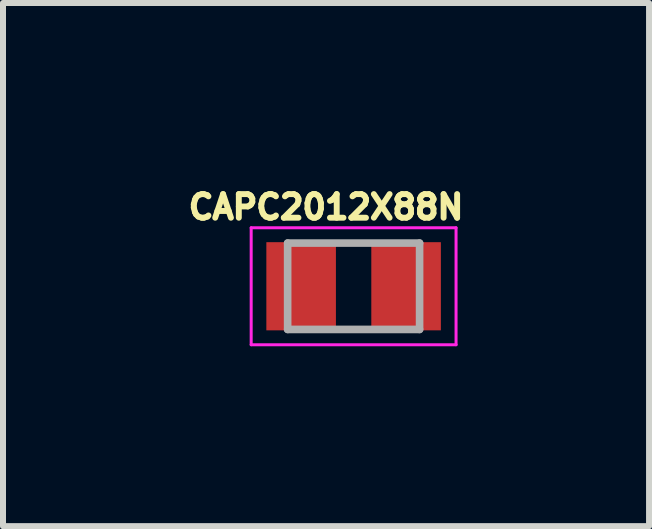
<source format=kicad_pcb>
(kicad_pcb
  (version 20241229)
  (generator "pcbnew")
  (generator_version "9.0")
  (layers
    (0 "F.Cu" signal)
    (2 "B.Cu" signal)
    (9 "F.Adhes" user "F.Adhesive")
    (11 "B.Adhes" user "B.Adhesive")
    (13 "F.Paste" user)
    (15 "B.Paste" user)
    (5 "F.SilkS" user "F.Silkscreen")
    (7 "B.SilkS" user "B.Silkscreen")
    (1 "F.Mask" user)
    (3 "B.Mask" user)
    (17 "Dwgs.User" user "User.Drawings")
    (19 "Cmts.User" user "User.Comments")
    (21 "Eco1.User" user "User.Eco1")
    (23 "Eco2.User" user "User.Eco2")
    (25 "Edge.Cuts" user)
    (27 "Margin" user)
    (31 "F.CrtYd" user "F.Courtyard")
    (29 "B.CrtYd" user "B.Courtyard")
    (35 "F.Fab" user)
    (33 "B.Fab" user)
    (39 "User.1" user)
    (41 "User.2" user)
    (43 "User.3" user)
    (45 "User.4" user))
  (footprint "CAPC2012X88N"
    (layer "F.Cu")
    (at 2.846 1.723)
    (property "Reference" "CAPC2012X88N" (at -0.46 -1.32 0) (layer "F.SilkS") (effects (font (size 0.394 0.394) (thickness 0.15))))
    (attr smd)
    (fp_line (start -1.708 -0.975) (end 1.708 -0.975) (stroke (width 0.05) (type solid)) (layer "F.CrtYd"))
    (fp_line (start -1.708 0.975) (end -1.708 -0.975) (stroke (width 0.05) (type solid)) (layer "F.CrtYd"))
    (fp_line (start -1.708 0.975) (end 1.708 0.975) (stroke (width 0.05) (type solid)) (layer "F.CrtYd"))
    (fp_line (start 1.708 0.975) (end 1.708 -0.975) (stroke (width 0.05) (type solid)) (layer "F.CrtYd"))
    (fp_line (start -1.1 0.72) (end -1.1 -0.72) (stroke (width 0.127) (type solid)) (layer "F.Fab"))
    (fp_line (start 1.1 -0.72) (end -1.1 -0.72) (stroke (width 0.127) (type solid)) (layer "F.Fab"))
    (fp_line (start 1.1 0.72) (end -1.1 0.72) (stroke (width 0.127) (type solid)) (layer "F.Fab"))
    (fp_line (start 1.1 0.72) (end 1.1 -0.72) (stroke (width 0.127) (type solid)) (layer "F.Fab"))
    (pad "1" smd rect (at -0.875 0) (size 1.16 1.47) (layers "F.Cu" "F.Mask" "F.Paste"))
    (pad "2" smd rect (at 0.875 0) (size 1.16 1.47) (layers "F.Cu" "F.Mask" "F.Paste")))
  (gr_rect
    (start -3 -3)
    (end 7.772 5.723)
    (stroke (width 0.1) (type default))
    (fill no)
    (layer "Edge.Cuts")))
</source>
